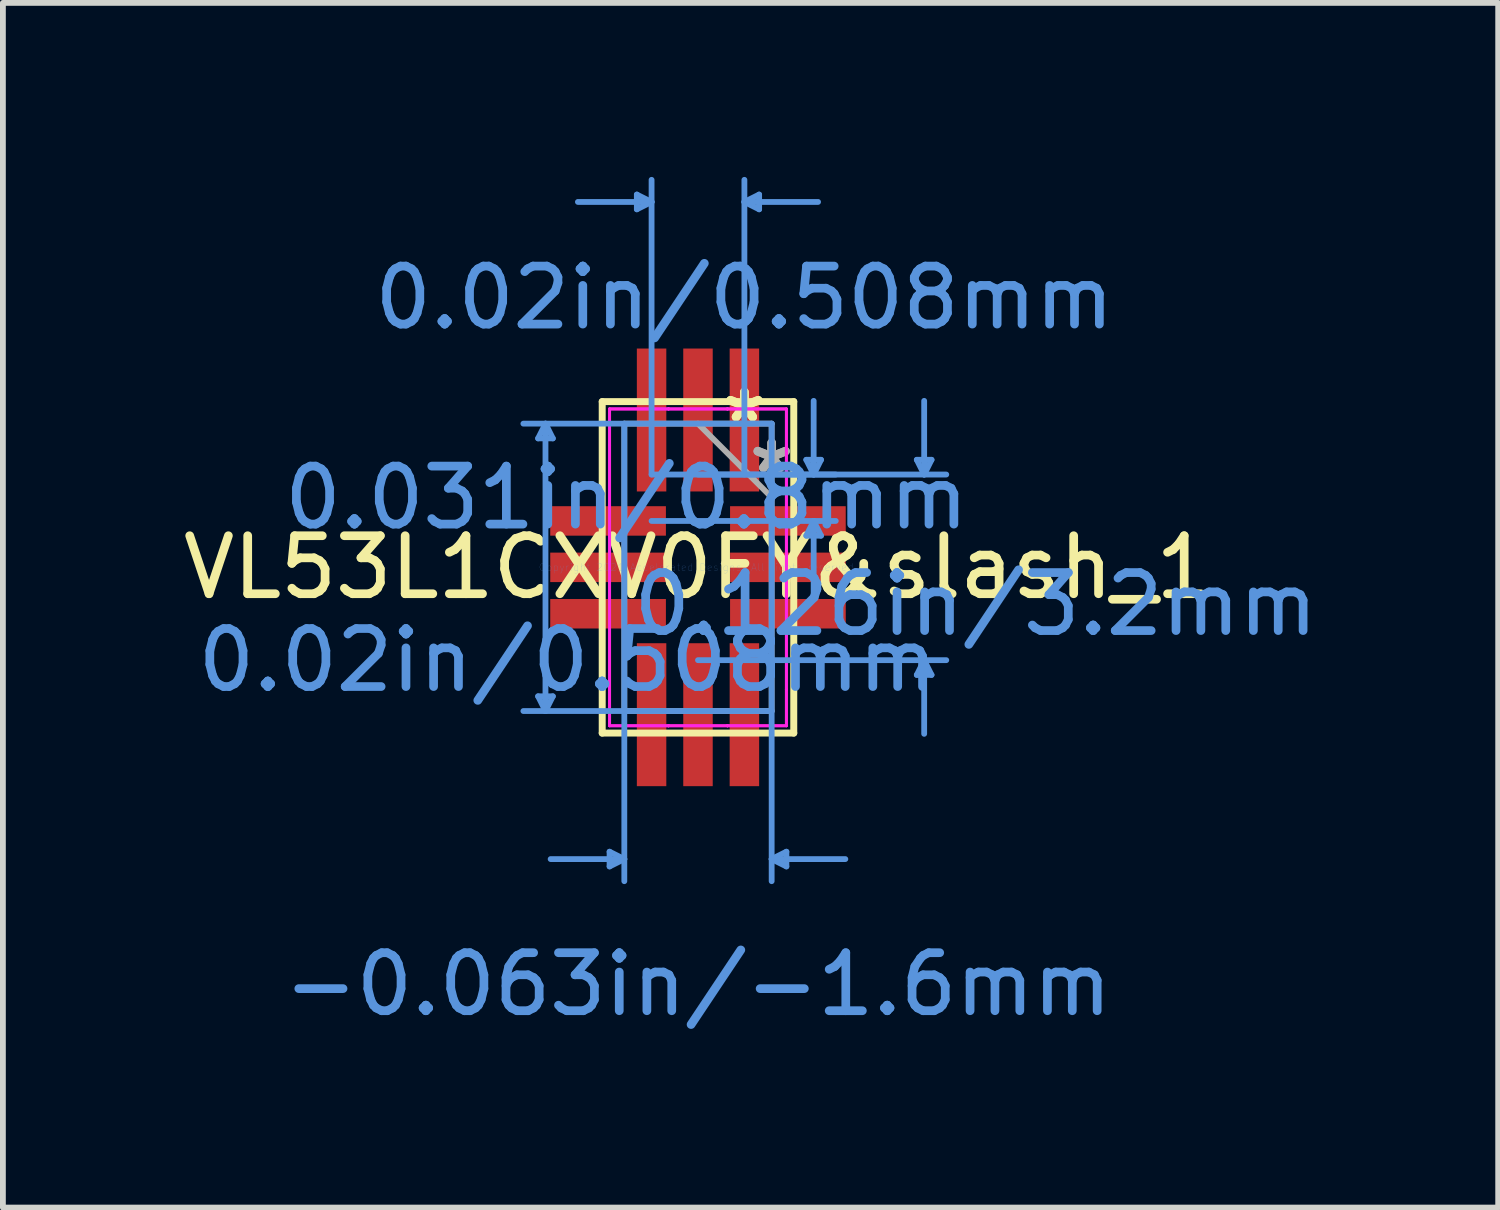
<source format=kicad_pcb>
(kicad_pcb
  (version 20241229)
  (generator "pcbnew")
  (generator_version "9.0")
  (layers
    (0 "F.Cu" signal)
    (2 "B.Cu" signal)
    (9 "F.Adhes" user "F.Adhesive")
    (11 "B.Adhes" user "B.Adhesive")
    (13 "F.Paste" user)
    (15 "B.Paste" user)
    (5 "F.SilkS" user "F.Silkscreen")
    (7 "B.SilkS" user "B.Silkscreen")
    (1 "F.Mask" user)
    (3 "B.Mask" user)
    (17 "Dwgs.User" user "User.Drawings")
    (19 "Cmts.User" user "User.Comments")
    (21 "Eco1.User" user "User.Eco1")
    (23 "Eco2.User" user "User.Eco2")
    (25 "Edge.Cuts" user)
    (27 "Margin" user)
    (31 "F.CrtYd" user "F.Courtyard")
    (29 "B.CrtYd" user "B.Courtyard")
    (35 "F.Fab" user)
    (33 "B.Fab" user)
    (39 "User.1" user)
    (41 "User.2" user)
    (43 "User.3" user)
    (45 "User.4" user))
  (footprint "VL53L1CXV0FY&slash_1"
    (layer "F.Cu")
    (at 8.982 6.73)
    (property "Reference" "VL53L1CXV0FY&slash_1" (at 0 0 0) (layer "F.SilkS") (effects (font (size 1 1) (thickness 0.15))))
    (attr through_hole)
    (fp_line (start -1.651 -2.857) (end -1.651 2.857) (stroke (width 0.12) (type solid)) (layer "F.SilkS"))
    (fp_line (start -1.651 2.857) (end 1.651 2.857) (stroke (width 0.12) (type solid)) (layer "F.SilkS"))
    (fp_line (start 1.651 -2.857) (end -1.651 -2.857) (stroke (width 0.12) (type solid)) (layer "F.SilkS"))
    (fp_line (start 1.651 2.857) (end 1.651 -2.857) (stroke (width 0.12) (type solid)) (layer "F.SilkS"))
    (fp_line (start -2.756 -2.223) (end -2.502 -2.223) (stroke (width 0.1) (type solid)) (layer "Cmts.User"))
    (fp_line (start -2.756 2.223) (end -2.502 2.223) (stroke (width 0.1) (type solid)) (layer "Cmts.User"))
    (fp_line (start -2.629 -2.477) (end -2.756 -2.223) (stroke (width 0.1) (type solid)) (layer "Cmts.User"))
    (fp_line (start -2.629 -2.477) (end -2.629 2.477) (stroke (width 0.1) (type solid)) (layer "Cmts.User"))
    (fp_line (start -2.629 -2.477) (end -2.502 -2.223) (stroke (width 0.1) (type solid)) (layer "Cmts.User"))
    (fp_line (start -2.629 2.477) (end -2.756 2.223) (stroke (width 0.1) (type solid)) (layer "Cmts.User"))
    (fp_line (start -2.629 2.477) (end -2.502 2.223) (stroke (width 0.1) (type solid)) (layer "Cmts.User"))
    (fp_line (start -1.524 4.902) (end -1.524 5.156) (stroke (width 0.1) (type solid)) (layer "Cmts.User"))
    (fp_line (start -1.27 -2.477) (end -1.27 5.41) (stroke (width 0.1) (type solid)) (layer "Cmts.User"))
    (fp_line (start -1.27 5.029) (end -2.54 5.029) (stroke (width 0.1) (type solid)) (layer "Cmts.User"))
    (fp_line (start -1.27 5.029) (end -1.524 4.902) (stroke (width 0.1) (type solid)) (layer "Cmts.User"))
    (fp_line (start -1.27 5.029) (end -1.524 5.156) (stroke (width 0.1) (type solid)) (layer "Cmts.User"))
    (fp_line (start -1.054 -6.426) (end -1.054 -6.172) (stroke (width 0.1) (type solid)) (layer "Cmts.User"))
    (fp_line (start -0.8 -6.299) (end -2.07 -6.299) (stroke (width 0.1) (type solid)) (layer "Cmts.User"))
    (fp_line (start -0.8 -6.299) (end -1.054 -6.426) (stroke (width 0.1) (type solid)) (layer "Cmts.User"))
    (fp_line (start -0.8 -6.299) (end -1.054 -6.172) (stroke (width 0.1) (type solid)) (layer "Cmts.User"))
    (fp_line (start -0.8 -1.6) (end -0.8 -6.68) (stroke (width 0.1) (type solid)) (layer "Cmts.User"))
    (fp_line (start -0.8 -1.6) (end 2.375 -1.6) (stroke (width 0.1) (type solid)) (layer "Cmts.User"))
    (fp_line (start -0.8 -0.8) (end 2.375 -0.8) (stroke (width 0.1) (type solid)) (layer "Cmts.User"))
    (fp_line (start 0 -1.6) (end 4.28 -1.6) (stroke (width 0.1) (type solid)) (layer "Cmts.User"))
    (fp_line (start 0 1.6) (end 4.28 1.6) (stroke (width 0.1) (type solid)) (layer "Cmts.User"))
    (fp_line (start 0.8 -6.299) (end 1.054 -6.426) (stroke (width 0.1) (type solid)) (layer "Cmts.User"))
    (fp_line (start 0.8 -6.299) (end 1.054 -6.172) (stroke (width 0.1) (type solid)) (layer "Cmts.User"))
    (fp_line (start 0.8 -6.299) (end 2.07 -6.299) (stroke (width 0.1) (type solid)) (layer "Cmts.User"))
    (fp_line (start 0.8 -1.6) (end 0.8 -6.68) (stroke (width 0.1) (type solid)) (layer "Cmts.User"))
    (fp_line (start 1.054 -6.426) (end 1.054 -6.172) (stroke (width 0.1) (type solid)) (layer "Cmts.User"))
    (fp_line (start 1.27 -2.477) (end -3.01 -2.477) (stroke (width 0.1) (type solid)) (layer "Cmts.User"))
    (fp_line (start 1.27 -2.477) (end 1.27 5.41) (stroke (width 0.1) (type solid)) (layer "Cmts.User"))
    (fp_line (start 1.27 2.477) (end -3.01 2.477) (stroke (width 0.1) (type solid)) (layer "Cmts.User"))
    (fp_line (start 1.27 5.029) (end 1.524 4.902) (stroke (width 0.1) (type solid)) (layer "Cmts.User"))
    (fp_line (start 1.27 5.029) (end 1.524 5.156) (stroke (width 0.1) (type solid)) (layer "Cmts.User"))
    (fp_line (start 1.27 5.029) (end 2.54 5.029) (stroke (width 0.1) (type solid)) (layer "Cmts.User"))
    (fp_line (start 1.524 4.902) (end 1.524 5.156) (stroke (width 0.1) (type solid)) (layer "Cmts.User"))
    (fp_line (start 1.867 -1.854) (end 2.121 -1.854) (stroke (width 0.1) (type solid)) (layer "Cmts.User"))
    (fp_line (start 1.867 -0.546) (end 2.121 -0.546) (stroke (width 0.1) (type solid)) (layer "Cmts.User"))
    (fp_line (start 1.994 -1.6) (end 1.867 -1.854) (stroke (width 0.1) (type solid)) (layer "Cmts.User"))
    (fp_line (start 1.994 -1.6) (end 1.994 -2.87) (stroke (width 0.1) (type solid)) (layer "Cmts.User"))
    (fp_line (start 1.994 -1.6) (end 2.121 -1.854) (stroke (width 0.1) (type solid)) (layer "Cmts.User"))
    (fp_line (start 1.994 -0.8) (end 1.867 -0.546) (stroke (width 0.1) (type solid)) (layer "Cmts.User"))
    (fp_line (start 1.994 -0.8) (end 1.994 0.47) (stroke (width 0.1) (type solid)) (layer "Cmts.User"))
    (fp_line (start 1.994 -0.8) (end 2.121 -0.546) (stroke (width 0.1) (type solid)) (layer "Cmts.User"))
    (fp_line (start 3.772 -1.854) (end 4.026 -1.854) (stroke (width 0.1) (type solid)) (layer "Cmts.User"))
    (fp_line (start 3.772 1.854) (end 4.026 1.854) (stroke (width 0.1) (type solid)) (layer "Cmts.User"))
    (fp_line (start 3.899 -1.6) (end 3.772 -1.854) (stroke (width 0.1) (type solid)) (layer "Cmts.User"))
    (fp_line (start 3.899 -1.6) (end 3.899 -2.87) (stroke (width 0.1) (type solid)) (layer "Cmts.User"))
    (fp_line (start 3.899 -1.6) (end 4.026 -1.854) (stroke (width 0.1) (type solid)) (layer "Cmts.User"))
    (fp_line (start 3.899 1.6) (end 3.772 1.854) (stroke (width 0.1) (type solid)) (layer "Cmts.User"))
    (fp_line (start 3.899 1.6) (end 3.899 2.87) (stroke (width 0.1) (type solid)) (layer "Cmts.User"))
    (fp_line (start 3.899 1.6) (end 4.026 1.854) (stroke (width 0.1) (type solid)) (layer "Cmts.User"))
    (fp_line (start -1.524 -2.731) (end -0.508 -2.731) (stroke (width 0.05) (type solid)) (layer "F.CrtYd"))
    (fp_line (start -1.524 -2.731) (end -0.508 -2.731) (stroke (width 0.05) (type solid)) (layer "F.CrtYd"))
    (fp_line (start -1.524 -2.108) (end -1.524 -2.731) (stroke (width 0.05) (type solid)) (layer "F.CrtYd"))
    (fp_line (start -1.524 -2.108) (end -1.524 -2.731) (stroke (width 0.05) (type solid)) (layer "F.CrtYd"))
    (fp_line (start -1.524 -2.108) (end -1.524 -2.108) (stroke (width 0.05) (type solid)) (layer "F.CrtYd"))
    (fp_line (start -1.524 -2.108) (end -1.524 -2.108) (stroke (width 0.05) (type solid)) (layer "F.CrtYd"))
    (fp_line (start -1.524 2.108) (end -1.524 -2.108) (stroke (width 0.05) (type solid)) (layer "F.CrtYd"))
    (fp_line (start -1.524 2.108) (end -1.524 -2.108) (stroke (width 0.05) (type solid)) (layer "F.CrtYd"))
    (fp_line (start -1.524 2.108) (end -1.524 2.108) (stroke (width 0.05) (type solid)) (layer "F.CrtYd"))
    (fp_line (start -1.524 2.108) (end -1.524 2.108) (stroke (width 0.05) (type solid)) (layer "F.CrtYd"))
    (fp_line (start -1.524 2.731) (end -1.524 2.108) (stroke (width 0.05) (type solid)) (layer "F.CrtYd"))
    (fp_line (start -1.524 2.731) (end -1.524 2.108) (stroke (width 0.05) (type solid)) (layer "F.CrtYd"))
    (fp_line (start -0.508 -2.731) (end -0.508 -2.731) (stroke (width 0.05) (type solid)) (layer "F.CrtYd"))
    (fp_line (start -0.508 -2.731) (end -0.508 -2.731) (stroke (width 0.05) (type solid)) (layer "F.CrtYd"))
    (fp_line (start -0.508 -2.731) (end 0.508 -2.731) (stroke (width 0.05) (type solid)) (layer "F.CrtYd"))
    (fp_line (start -0.508 -2.731) (end 0.508 -2.731) (stroke (width 0.05) (type solid)) (layer "F.CrtYd"))
    (fp_line (start -0.508 2.731) (end -1.524 2.731) (stroke (width 0.05) (type solid)) (layer "F.CrtYd"))
    (fp_line (start -0.508 2.731) (end -1.524 2.731) (stroke (width 0.05) (type solid)) (layer "F.CrtYd"))
    (fp_line (start -0.508 2.731) (end -0.508 2.731) (stroke (width 0.05) (type solid)) (layer "F.CrtYd"))
    (fp_line (start -0.508 2.731) (end -0.508 2.731) (stroke (width 0.05) (type solid)) (layer "F.CrtYd"))
    (fp_line (start 0.508 -2.731) (end 0.508 -2.731) (stroke (width 0.05) (type solid)) (layer "F.CrtYd"))
    (fp_line (start 0.508 -2.731) (end 0.508 -2.731) (stroke (width 0.05) (type solid)) (layer "F.CrtYd"))
    (fp_line (start 0.508 -2.731) (end 1.524 -2.731) (stroke (width 0.05) (type solid)) (layer "F.CrtYd"))
    (fp_line (start 0.508 -2.731) (end 1.524 -2.731) (stroke (width 0.05) (type solid)) (layer "F.CrtYd"))
    (fp_line (start 0.508 2.731) (end -0.508 2.731) (stroke (width 0.05) (type solid)) (layer "F.CrtYd"))
    (fp_line (start 0.508 2.731) (end -0.508 2.731) (stroke (width 0.05) (type solid)) (layer "F.CrtYd"))
    (fp_line (start 0.508 2.731) (end 0.508 2.731) (stroke (width 0.05) (type solid)) (layer "F.CrtYd"))
    (fp_line (start 0.508 2.731) (end 0.508 2.731) (stroke (width 0.05) (type solid)) (layer "F.CrtYd"))
    (fp_line (start 1.524 -2.731) (end 1.524 -2.108) (stroke (width 0.05) (type solid)) (layer "F.CrtYd"))
    (fp_line (start 1.524 -2.731) (end 1.524 -2.108) (stroke (width 0.05) (type solid)) (layer "F.CrtYd"))
    (fp_line (start 1.524 -2.108) (end 1.524 -2.108) (stroke (width 0.05) (type solid)) (layer "F.CrtYd"))
    (fp_line (start 1.524 -2.108) (end 1.524 -2.108) (stroke (width 0.05) (type solid)) (layer "F.CrtYd"))
    (fp_line (start 1.524 -2.108) (end 1.524 2.108) (stroke (width 0.05) (type solid)) (layer "F.CrtYd"))
    (fp_line (start 1.524 -2.108) (end 1.524 2.108) (stroke (width 0.05) (type solid)) (layer "F.CrtYd"))
    (fp_line (start 1.524 2.108) (end 1.524 2.108) (stroke (width 0.05) (type solid)) (layer "F.CrtYd"))
    (fp_line (start 1.524 2.108) (end 1.524 2.108) (stroke (width 0.05) (type solid)) (layer "F.CrtYd"))
    (fp_line (start 1.524 2.108) (end 1.524 2.731) (stroke (width 0.05) (type solid)) (layer "F.CrtYd"))
    (fp_line (start 1.524 2.108) (end 1.524 2.731) (stroke (width 0.05) (type solid)) (layer "F.CrtYd"))
    (fp_line (start 1.524 2.731) (end 0.508 2.731) (stroke (width 0.05) (type solid)) (layer "F.CrtYd"))
    (fp_line (start 1.524 2.731) (end 0.508 2.731) (stroke (width 0.05) (type solid)) (layer "F.CrtYd"))
    (fp_line (start -1.27 -2.477) (end -1.27 2.477) (stroke (width 0.1) (type solid)) (layer "F.Fab"))
    (fp_line (start -1.27 2.477) (end 1.27 2.477) (stroke (width 0.1) (type solid)) (layer "F.Fab"))
    (fp_line (start 1.27 -2.477) (end -1.27 -2.477) (stroke (width 0.1) (type solid)) (layer "F.Fab"))
    (fp_line (start 1.27 -1.206) (end 0 -2.477) (stroke (width 0.1) (type solid)) (layer "F.Fab"))
    (fp_line (start 1.27 2.477) (end 1.27 -2.477) (stroke (width 0.1) (type solid)) (layer "F.Fab"))
    (fp_rect (start -1.05 -1.85) (end 1.05 1.85) (stroke (width 0.12) (type solid)) (fill no) (layer "User.1"))
    (fp_text user "*" (at 0.8 -2.477 0) (layer "F.SilkS") (effects (font (size 1 1) (thickness 0.15))))
    (fp_text user "*" (at 0.8 -2.477 0) (layer "F.SilkS") (effects (font (size 1 1) (thickness 0.15))))
    (fp_text user "0.02in/0.508mm" (at 0.8 -4.648 0) (layer "Cmts.User") (effects (font (size 1 1) (thickness 0.15))))
    (fp_text user "0.031in/0.8mm" (at -1.232 -1.2 0) (layer "Cmts.User") (effects (font (size 1 1) (thickness 0.15))))
    (fp_text user "0.126in/3.2mm" (at 4.788 0.635 0) (layer "Cmts.User") (effects (font (size 1 1) (thickness 0.15))))
    (fp_text user "Copyright 2021 Accelerated Designs. All rights reserved." (at 0 0 0) (layer "Cmts.User") (effects (font (size 0.127 0.127) (thickness 0.002))))
    (fp_text user "0.02in/0.508mm" (at -2.248 1.6 0) (layer "Cmts.User") (effects (font (size 1 1) (thickness 0.15))))
    (fp_text user "-0.063in/-1.6mm" (at 0 7.188 0) (layer "Cmts.User") (effects (font (size 1 1) (thickness 0.15))))
    (fp_text user "*" (at 1.27 -1.6 0) (layer "F.Fab") (effects (font (size 1 1) (thickness 0.15))))
    (fp_text user "*" (at 1.27 -1.6 0) (layer "F.Fab") (effects (font (size 1 1) (thickness 0.15))))
    (pad "1" smd rect (at 0.8 -2.54 90) (size 2.464 0.508) (layers "F.Cu" "F.Mask" "F.Paste"))
    (pad "2" smd rect (at 1.55 -0.8 90) (size 0.508 1.994) (layers "F.Cu" "F.Mask" "F.Paste"))
    (pad "3" smd rect (at 1.55 0 90) (size 0.508 1.994) (layers "F.Cu" "F.Mask" "F.Paste"))
    (pad "4" smd rect (at 1.55 0.8 90) (size 0.508 1.994) (layers "F.Cu" "F.Mask" "F.Paste"))
    (pad "5" smd rect (at 0.8 2.54 90) (size 2.464 0.508) (layers "F.Cu" "F.Mask" "F.Paste"))
    (pad "6" smd rect (at 0 2.54) (size 0.508 2.464) (layers "F.Cu" "F.Mask" "F.Paste"))
    (pad "7" smd rect (at -0.8 2.54 90) (size 2.464 0.508) (layers "F.Cu" "F.Mask" "F.Paste"))
    (pad "8" smd rect (at -1.55 0.8 90) (size 0.508 1.994) (layers "F.Cu" "F.Mask" "F.Paste"))
    (pad "9" smd rect (at -1.55 0 90) (size 0.508 1.994) (layers "F.Cu" "F.Mask" "F.Paste"))
    (pad "10" smd rect (at -1.55 -0.8 90) (size 0.508 1.994) (layers "F.Cu" "F.Mask" "F.Paste"))
    (pad "11" smd rect (at -0.8 -2.54 90) (size 2.464 0.508) (layers "F.Cu" "F.Mask" "F.Paste"))
    (pad "12" smd rect (at 0 -2.54) (size 0.508 2.464) (layers "F.Cu" "F.Mask" "F.Paste")))
  (gr_rect
    (start -3 -3)
    (end 22.776 17.766)
    (stroke (width 0.1) (type default))
    (fill no)
    (layer "Edge.Cuts")))
</source>
